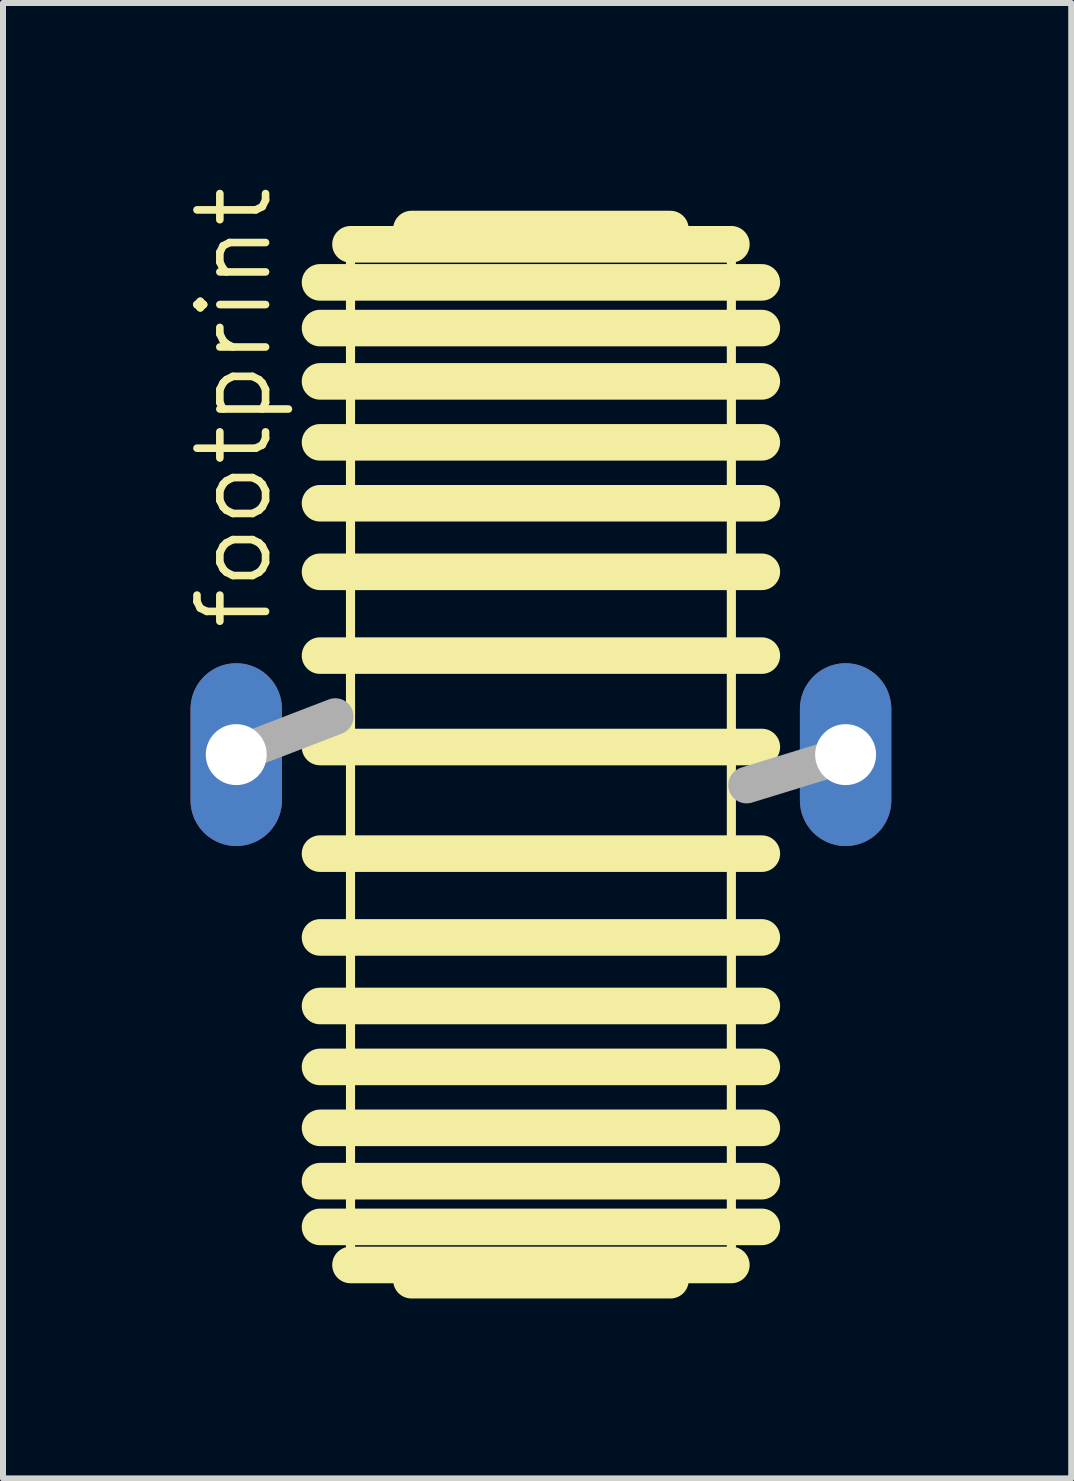
<source format=kicad_pcb>
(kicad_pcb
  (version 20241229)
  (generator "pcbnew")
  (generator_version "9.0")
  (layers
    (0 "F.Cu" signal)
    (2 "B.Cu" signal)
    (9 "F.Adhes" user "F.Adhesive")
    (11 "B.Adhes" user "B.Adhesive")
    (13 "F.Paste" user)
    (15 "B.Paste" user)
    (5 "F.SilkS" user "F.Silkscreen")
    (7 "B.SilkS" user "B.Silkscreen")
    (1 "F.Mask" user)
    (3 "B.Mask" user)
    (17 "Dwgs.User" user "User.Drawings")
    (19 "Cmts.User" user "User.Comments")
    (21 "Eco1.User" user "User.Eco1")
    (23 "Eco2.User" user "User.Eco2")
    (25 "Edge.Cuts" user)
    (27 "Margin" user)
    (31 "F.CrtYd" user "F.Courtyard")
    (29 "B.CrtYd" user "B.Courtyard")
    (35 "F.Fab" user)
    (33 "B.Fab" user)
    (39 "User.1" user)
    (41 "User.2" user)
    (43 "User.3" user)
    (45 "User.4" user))
  (footprint "footprint"
    (layer "F.Cu")
    (at 5.969 9.532)
    (property "Reference" "footprint" (at -4.445 -2.032 90) (layer "F.SilkS") (effects (font (size 1.143 1.143) (thickness 0.127)) (justify left bottom)))
    (fp_line (start -3.683 -7.874) (end 3.683 -7.874) (stroke (width 0.61) (type solid)) (layer "F.SilkS"))
    (fp_line (start -3.683 -7.112) (end 3.683 -7.112) (stroke (width 0.61) (type solid)) (layer "F.SilkS"))
    (fp_line (start -3.683 -6.223) (end 3.683 -6.223) (stroke (width 0.61) (type solid)) (layer "F.SilkS"))
    (fp_line (start -3.683 -5.207) (end 3.683 -5.207) (stroke (width 0.61) (type solid)) (layer "F.SilkS"))
    (fp_line (start -3.683 -4.191) (end 3.683 -4.191) (stroke (width 0.61) (type solid)) (layer "F.SilkS"))
    (fp_line (start -3.683 -3.048) (end 3.683 -3.048) (stroke (width 0.61) (type solid)) (layer "F.SilkS"))
    (fp_line (start -3.683 -1.651) (end 3.683 -1.651) (stroke (width 0.61) (type solid)) (layer "F.SilkS"))
    (fp_line (start -3.683 -0.127) (end 3.683 -0.127) (stroke (width 0.61) (type solid)) (layer "F.SilkS"))
    (fp_line (start -3.175 -8.509) (end 3.175 -8.509) (stroke (width 0.61) (type solid)) (layer "F.SilkS"))
    (fp_line (start -3.175 8.509) (end -3.175 -8.509) (stroke (width 0.152) (type solid)) (layer "F.SilkS"))
    (fp_line (start -3.175 8.509) (end 3.175 8.509) (stroke (width 0.61) (type solid)) (layer "F.SilkS"))
    (fp_line (start -2.159 -8.763) (end 2.159 -8.763) (stroke (width 0.61) (type solid)) (layer "F.SilkS"))
    (fp_line (start -2.159 8.763) (end 2.159 8.763) (stroke (width 0.61) (type solid)) (layer "F.SilkS"))
    (fp_line (start 3.175 -8.509) (end 3.175 8.509) (stroke (width 0.152) (type solid)) (layer "F.SilkS"))
    (fp_line (start 3.683 1.651) (end -3.683 1.651) (stroke (width 0.61) (type solid)) (layer "F.SilkS"))
    (fp_line (start 3.683 3.048) (end -3.683 3.048) (stroke (width 0.61) (type solid)) (layer "F.SilkS"))
    (fp_line (start 3.683 4.191) (end -3.683 4.191) (stroke (width 0.61) (type solid)) (layer "F.SilkS"))
    (fp_line (start 3.683 5.207) (end -3.683 5.207) (stroke (width 0.61) (type solid)) (layer "F.SilkS"))
    (fp_line (start 3.683 6.223) (end -3.683 6.223) (stroke (width 0.61) (type solid)) (layer "F.SilkS"))
    (fp_line (start 3.683 7.112) (end -3.683 7.112) (stroke (width 0.61) (type solid)) (layer "F.SilkS"))
    (fp_line (start 3.683 7.874) (end -3.683 7.874) (stroke (width 0.61) (type solid)) (layer "F.SilkS"))
    (fp_line (start -5.08 0) (end -3.429 -0.635) (stroke (width 0.61) (type solid)) (layer "F.Fab"))
    (fp_line (start 3.429 0.508) (end 5.08 0) (stroke (width 0.61) (type solid)) (layer "F.Fab"))
    (pad "1" thru_hole oval (at -5.08 0 90) (size 3.048 1.524) (drill 1.016) (layers "*.Cu" "*.Mask"))
    (pad "2" thru_hole oval (at 5.08 0 90) (size 3.048 1.524) (drill 1.016) (layers "*.Cu" "*.Mask")))
  (gr_rect
    (start -3 -3)
    (end 14.811 21.6)
    (stroke (width 0.1) (type default))
    (fill no)
    (layer "Edge.Cuts")))
</source>
